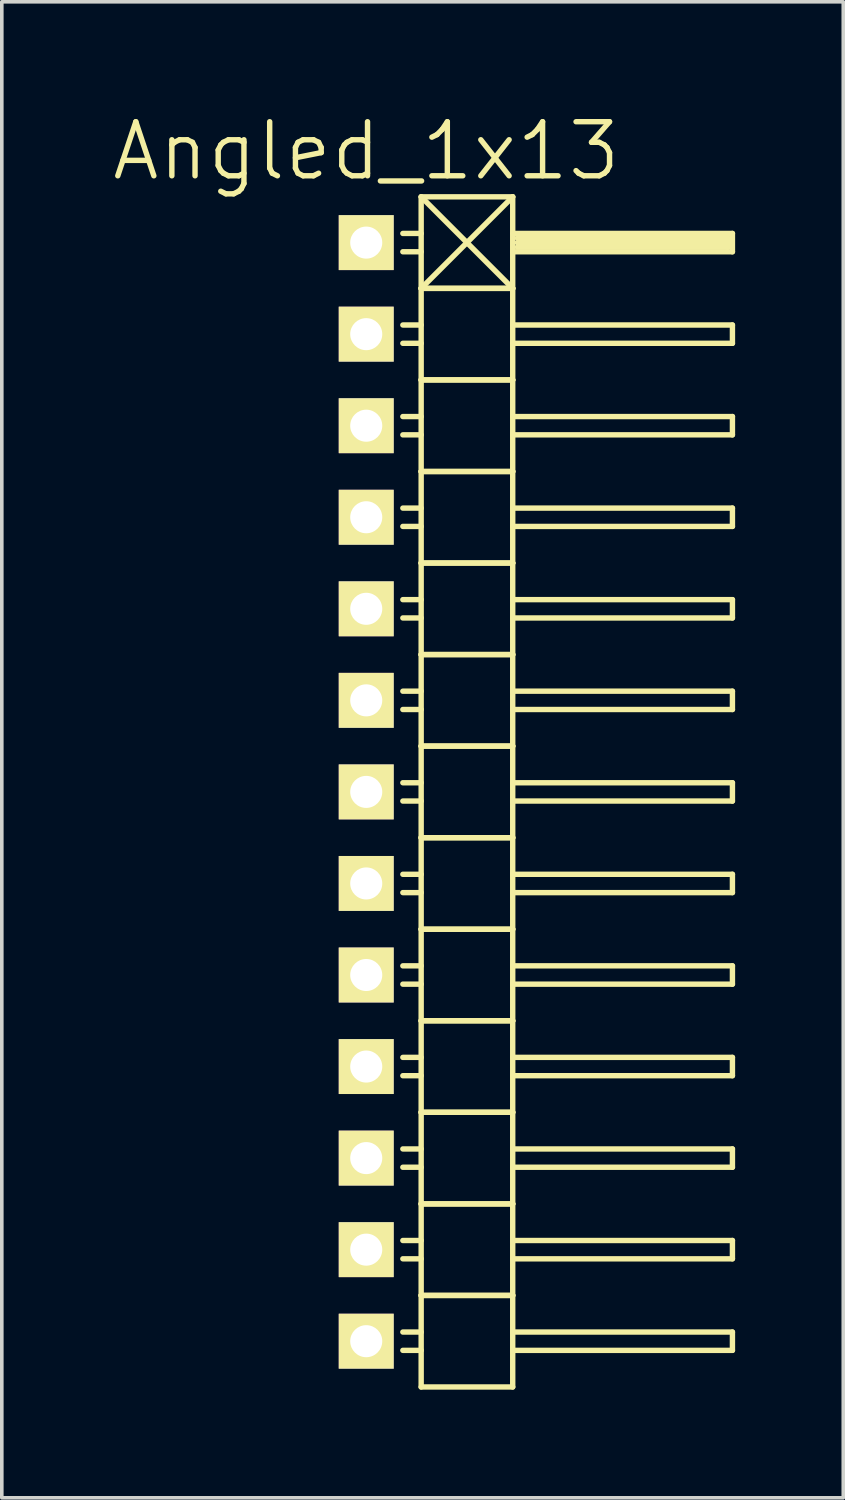
<source format=kicad_pcb>
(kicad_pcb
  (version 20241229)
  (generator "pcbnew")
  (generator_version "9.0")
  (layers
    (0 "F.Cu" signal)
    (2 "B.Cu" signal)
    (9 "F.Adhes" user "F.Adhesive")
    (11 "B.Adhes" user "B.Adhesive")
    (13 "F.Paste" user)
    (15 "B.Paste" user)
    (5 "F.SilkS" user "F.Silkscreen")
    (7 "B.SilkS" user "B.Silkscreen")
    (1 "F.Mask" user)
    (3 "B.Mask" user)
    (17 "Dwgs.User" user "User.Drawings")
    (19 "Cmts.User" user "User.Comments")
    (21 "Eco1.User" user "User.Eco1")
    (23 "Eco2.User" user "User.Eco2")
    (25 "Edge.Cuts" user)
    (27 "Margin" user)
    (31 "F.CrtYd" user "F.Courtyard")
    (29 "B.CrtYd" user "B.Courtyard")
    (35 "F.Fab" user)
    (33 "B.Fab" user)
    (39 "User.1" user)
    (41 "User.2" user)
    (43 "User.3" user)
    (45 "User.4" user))
  (footprint "Angled_1x13"
    (layer "F.Cu")
    (at 7.111 18.921)
    (property "Reference" "Angled_1x13" (at 0 -17.78 0) (layer "F.SilkS") (effects (font (size 1.5 1.5) (thickness 0.15))))
    (attr through_hole)
    (fp_line (start 1.524 -16.51) (end 1.524 -13.97) (stroke (width 0.15) (type solid)) (layer "F.SilkS"))
    (fp_line (start 1.524 -16.51) (end 4.064 -16.51) (stroke (width 0.15) (type solid)) (layer "F.SilkS"))
    (fp_line (start 1.524 -15.494) (end 1.016 -15.494) (stroke (width 0.15) (type solid)) (layer "F.SilkS"))
    (fp_line (start 1.524 -14.986) (end 1.016 -14.986) (stroke (width 0.15) (type solid)) (layer "F.SilkS"))
    (fp_line (start 1.524 -13.97) (end 1.524 -11.43) (stroke (width 0.15) (type solid)) (layer "F.SilkS"))
    (fp_line (start 1.524 -13.97) (end 4.064 -13.97) (stroke (width 0.15) (type solid)) (layer "F.SilkS"))
    (fp_line (start 1.524 -13.97) (end 4.064 -13.97) (stroke (width 0.15) (type solid)) (layer "F.SilkS"))
    (fp_line (start 1.524 -12.954) (end 1.016 -12.954) (stroke (width 0.15) (type solid)) (layer "F.SilkS"))
    (fp_line (start 1.524 -12.446) (end 1.016 -12.446) (stroke (width 0.15) (type solid)) (layer "F.SilkS"))
    (fp_line (start 1.524 -11.43) (end 1.524 -8.89) (stroke (width 0.15) (type solid)) (layer "F.SilkS"))
    (fp_line (start 1.524 -11.43) (end 4.064 -11.43) (stroke (width 0.15) (type solid)) (layer "F.SilkS"))
    (fp_line (start 1.524 -11.43) (end 4.064 -11.43) (stroke (width 0.15) (type solid)) (layer "F.SilkS"))
    (fp_line (start 1.524 -10.414) (end 1.016 -10.414) (stroke (width 0.15) (type solid)) (layer "F.SilkS"))
    (fp_line (start 1.524 -9.906) (end 1.016 -9.906) (stroke (width 0.15) (type solid)) (layer "F.SilkS"))
    (fp_line (start 1.524 -8.89) (end 1.524 -6.35) (stroke (width 0.15) (type solid)) (layer "F.SilkS"))
    (fp_line (start 1.524 -8.89) (end 4.064 -8.89) (stroke (width 0.15) (type solid)) (layer "F.SilkS"))
    (fp_line (start 1.524 -8.89) (end 4.064 -8.89) (stroke (width 0.15) (type solid)) (layer "F.SilkS"))
    (fp_line (start 1.524 -7.874) (end 1.016 -7.874) (stroke (width 0.15) (type solid)) (layer "F.SilkS"))
    (fp_line (start 1.524 -7.366) (end 1.016 -7.366) (stroke (width 0.15) (type solid)) (layer "F.SilkS"))
    (fp_line (start 1.524 -6.35) (end 1.524 -3.81) (stroke (width 0.15) (type solid)) (layer "F.SilkS"))
    (fp_line (start 1.524 -6.35) (end 4.064 -6.35) (stroke (width 0.15) (type solid)) (layer "F.SilkS"))
    (fp_line (start 1.524 -6.35) (end 4.064 -6.35) (stroke (width 0.15) (type solid)) (layer "F.SilkS"))
    (fp_line (start 1.524 -5.334) (end 1.016 -5.334) (stroke (width 0.15) (type solid)) (layer "F.SilkS"))
    (fp_line (start 1.524 -4.826) (end 1.016 -4.826) (stroke (width 0.15) (type solid)) (layer "F.SilkS"))
    (fp_line (start 1.524 -3.81) (end 1.524 -1.27) (stroke (width 0.15) (type solid)) (layer "F.SilkS"))
    (fp_line (start 1.524 -3.81) (end 4.064 -3.81) (stroke (width 0.15) (type solid)) (layer "F.SilkS"))
    (fp_line (start 1.524 -3.81) (end 4.064 -3.81) (stroke (width 0.15) (type solid)) (layer "F.SilkS"))
    (fp_line (start 1.524 -2.794) (end 1.016 -2.794) (stroke (width 0.15) (type solid)) (layer "F.SilkS"))
    (fp_line (start 1.524 -2.286) (end 1.016 -2.286) (stroke (width 0.15) (type solid)) (layer "F.SilkS"))
    (fp_line (start 1.524 -1.27) (end 1.524 1.27) (stroke (width 0.15) (type solid)) (layer "F.SilkS"))
    (fp_line (start 1.524 -1.27) (end 4.064 -1.27) (stroke (width 0.15) (type solid)) (layer "F.SilkS"))
    (fp_line (start 1.524 -1.27) (end 4.064 -1.27) (stroke (width 0.15) (type solid)) (layer "F.SilkS"))
    (fp_line (start 1.524 -0.254) (end 1.016 -0.254) (stroke (width 0.15) (type solid)) (layer "F.SilkS"))
    (fp_line (start 1.524 0.254) (end 1.016 0.254) (stroke (width 0.15) (type solid)) (layer "F.SilkS"))
    (fp_line (start 1.524 1.27) (end 1.524 3.81) (stroke (width 0.15) (type solid)) (layer "F.SilkS"))
    (fp_line (start 1.524 1.27) (end 4.064 1.27) (stroke (width 0.15) (type solid)) (layer "F.SilkS"))
    (fp_line (start 1.524 1.27) (end 4.064 1.27) (stroke (width 0.15) (type solid)) (layer "F.SilkS"))
    (fp_line (start 1.524 2.286) (end 1.016 2.286) (stroke (width 0.15) (type solid)) (layer "F.SilkS"))
    (fp_line (start 1.524 2.794) (end 1.016 2.794) (stroke (width 0.15) (type solid)) (layer "F.SilkS"))
    (fp_line (start 1.524 3.81) (end 1.524 6.35) (stroke (width 0.15) (type solid)) (layer "F.SilkS"))
    (fp_line (start 1.524 3.81) (end 4.064 3.81) (stroke (width 0.15) (type solid)) (layer "F.SilkS"))
    (fp_line (start 1.524 3.81) (end 4.064 3.81) (stroke (width 0.15) (type solid)) (layer "F.SilkS"))
    (fp_line (start 1.524 4.826) (end 1.016 4.826) (stroke (width 0.15) (type solid)) (layer "F.SilkS"))
    (fp_line (start 1.524 5.334) (end 1.016 5.334) (stroke (width 0.15) (type solid)) (layer "F.SilkS"))
    (fp_line (start 1.524 6.35) (end 1.524 8.89) (stroke (width 0.15) (type solid)) (layer "F.SilkS"))
    (fp_line (start 1.524 6.35) (end 4.064 6.35) (stroke (width 0.15) (type solid)) (layer "F.SilkS"))
    (fp_line (start 1.524 6.35) (end 4.064 6.35) (stroke (width 0.15) (type solid)) (layer "F.SilkS"))
    (fp_line (start 1.524 7.366) (end 1.016 7.366) (stroke (width 0.15) (type solid)) (layer "F.SilkS"))
    (fp_line (start 1.524 7.874) (end 1.016 7.874) (stroke (width 0.15) (type solid)) (layer "F.SilkS"))
    (fp_line (start 1.524 8.89) (end 1.524 11.43) (stroke (width 0.15) (type solid)) (layer "F.SilkS"))
    (fp_line (start 1.524 8.89) (end 4.064 8.89) (stroke (width 0.15) (type solid)) (layer "F.SilkS"))
    (fp_line (start 1.524 8.89) (end 4.064 8.89) (stroke (width 0.15) (type solid)) (layer "F.SilkS"))
    (fp_line (start 1.524 9.906) (end 1.016 9.906) (stroke (width 0.15) (type solid)) (layer "F.SilkS"))
    (fp_line (start 1.524 10.414) (end 1.016 10.414) (stroke (width 0.15) (type solid)) (layer "F.SilkS"))
    (fp_line (start 1.524 11.43) (end 1.524 13.97) (stroke (width 0.15) (type solid)) (layer "F.SilkS"))
    (fp_line (start 1.524 11.43) (end 4.064 11.43) (stroke (width 0.15) (type solid)) (layer "F.SilkS"))
    (fp_line (start 1.524 11.43) (end 4.064 11.43) (stroke (width 0.15) (type solid)) (layer "F.SilkS"))
    (fp_line (start 1.524 12.446) (end 1.016 12.446) (stroke (width 0.15) (type solid)) (layer "F.SilkS"))
    (fp_line (start 1.524 12.954) (end 1.016 12.954) (stroke (width 0.15) (type solid)) (layer "F.SilkS"))
    (fp_line (start 1.524 13.97) (end 1.524 16.51) (stroke (width 0.15) (type solid)) (layer "F.SilkS"))
    (fp_line (start 1.524 13.97) (end 4.064 13.97) (stroke (width 0.15) (type solid)) (layer "F.SilkS"))
    (fp_line (start 1.524 13.97) (end 4.064 13.97) (stroke (width 0.15) (type solid)) (layer "F.SilkS"))
    (fp_line (start 1.524 14.986) (end 1.016 14.986) (stroke (width 0.15) (type solid)) (layer "F.SilkS"))
    (fp_line (start 1.524 15.494) (end 1.016 15.494) (stroke (width 0.15) (type solid)) (layer "F.SilkS"))
    (fp_line (start 1.524 16.51) (end 4.064 16.51) (stroke (width 0.15) (type solid)) (layer "F.SilkS"))
    (fp_line (start 4.064 -16.51) (end 1.524 -13.97) (stroke (width 0.15) (type solid)) (layer "F.SilkS"))
    (fp_line (start 4.064 -15.494) (end 10.16 -15.494) (stroke (width 0.15) (type solid)) (layer "F.SilkS"))
    (fp_line (start 4.064 -13.97) (end 1.524 -16.51) (stroke (width 0.15) (type solid)) (layer "F.SilkS"))
    (fp_line (start 4.064 -13.97) (end 4.064 -16.51) (stroke (width 0.15) (type solid)) (layer "F.SilkS"))
    (fp_line (start 4.064 -12.954) (end 10.16 -12.954) (stroke (width 0.15) (type solid)) (layer "F.SilkS"))
    (fp_line (start 4.064 -11.43) (end 4.064 -13.97) (stroke (width 0.15) (type solid)) (layer "F.SilkS"))
    (fp_line (start 4.064 -10.414) (end 10.16 -10.414) (stroke (width 0.15) (type solid)) (layer "F.SilkS"))
    (fp_line (start 4.064 -8.89) (end 4.064 -11.43) (stroke (width 0.15) (type solid)) (layer "F.SilkS"))
    (fp_line (start 4.064 -7.874) (end 10.16 -7.874) (stroke (width 0.15) (type solid)) (layer "F.SilkS"))
    (fp_line (start 4.064 -6.35) (end 4.064 -8.89) (stroke (width 0.15) (type solid)) (layer "F.SilkS"))
    (fp_line (start 4.064 -5.334) (end 10.16 -5.334) (stroke (width 0.15) (type solid)) (layer "F.SilkS"))
    (fp_line (start 4.064 -3.81) (end 4.064 -6.35) (stroke (width 0.15) (type solid)) (layer "F.SilkS"))
    (fp_line (start 4.064 -2.794) (end 10.16 -2.794) (stroke (width 0.15) (type solid)) (layer "F.SilkS"))
    (fp_line (start 4.064 -1.27) (end 4.064 -3.81) (stroke (width 0.15) (type solid)) (layer "F.SilkS"))
    (fp_line (start 4.064 -0.254) (end 10.16 -0.254) (stroke (width 0.15) (type solid)) (layer "F.SilkS"))
    (fp_line (start 4.064 1.27) (end 4.064 -1.27) (stroke (width 0.15) (type solid)) (layer "F.SilkS"))
    (fp_line (start 4.064 2.286) (end 10.16 2.286) (stroke (width 0.15) (type solid)) (layer "F.SilkS"))
    (fp_line (start 4.064 3.81) (end 4.064 1.27) (stroke (width 0.15) (type solid)) (layer "F.SilkS"))
    (fp_line (start 4.064 4.826) (end 10.16 4.826) (stroke (width 0.15) (type solid)) (layer "F.SilkS"))
    (fp_line (start 4.064 6.35) (end 4.064 3.81) (stroke (width 0.15) (type solid)) (layer "F.SilkS"))
    (fp_line (start 4.064 7.366) (end 10.16 7.366) (stroke (width 0.15) (type solid)) (layer "F.SilkS"))
    (fp_line (start 4.064 8.89) (end 4.064 6.35) (stroke (width 0.15) (type solid)) (layer "F.SilkS"))
    (fp_line (start 4.064 9.906) (end 10.16 9.906) (stroke (width 0.15) (type solid)) (layer "F.SilkS"))
    (fp_line (start 4.064 11.43) (end 4.064 8.89) (stroke (width 0.15) (type solid)) (layer "F.SilkS"))
    (fp_line (start 4.064 12.446) (end 10.16 12.446) (stroke (width 0.15) (type solid)) (layer "F.SilkS"))
    (fp_line (start 4.064 13.97) (end 4.064 11.43) (stroke (width 0.15) (type solid)) (layer "F.SilkS"))
    (fp_line (start 4.064 14.986) (end 10.16 14.986) (stroke (width 0.15) (type solid)) (layer "F.SilkS"))
    (fp_line (start 4.064 16.51) (end 4.064 13.97) (stroke (width 0.15) (type solid)) (layer "F.SilkS"))
    (fp_line (start 4.191 -15.367) (end 10.033 -15.367) (stroke (width 0.15) (type solid)) (layer "F.SilkS"))
    (fp_line (start 4.191 -15.24) (end 10.033 -15.24) (stroke (width 0.15) (type solid)) (layer "F.SilkS"))
    (fp_line (start 10.033 -15.367) (end 10.033 -15.113) (stroke (width 0.15) (type solid)) (layer "F.SilkS"))
    (fp_line (start 10.033 -15.113) (end 4.191 -15.113) (stroke (width 0.15) (type solid)) (layer "F.SilkS"))
    (fp_line (start 10.16 -15.494) (end 10.16 -14.986) (stroke (width 0.15) (type solid)) (layer "F.SilkS"))
    (fp_line (start 10.16 -14.986) (end 4.064 -14.986) (stroke (width 0.15) (type solid)) (layer "F.SilkS"))
    (fp_line (start 10.16 -12.954) (end 10.16 -12.446) (stroke (width 0.15) (type solid)) (layer "F.SilkS"))
    (fp_line (start 10.16 -12.446) (end 4.064 -12.446) (stroke (width 0.15) (type solid)) (layer "F.SilkS"))
    (fp_line (start 10.16 -10.414) (end 10.16 -9.906) (stroke (width 0.15) (type solid)) (layer "F.SilkS"))
    (fp_line (start 10.16 -9.906) (end 4.064 -9.906) (stroke (width 0.15) (type solid)) (layer "F.SilkS"))
    (fp_line (start 10.16 -7.874) (end 10.16 -7.366) (stroke (width 0.15) (type solid)) (layer "F.SilkS"))
    (fp_line (start 10.16 -7.366) (end 4.064 -7.366) (stroke (width 0.15) (type solid)) (layer "F.SilkS"))
    (fp_line (start 10.16 -5.334) (end 10.16 -4.826) (stroke (width 0.15) (type solid)) (layer "F.SilkS"))
    (fp_line (start 10.16 -4.826) (end 4.064 -4.826) (stroke (width 0.15) (type solid)) (layer "F.SilkS"))
    (fp_line (start 10.16 -2.794) (end 10.16 -2.286) (stroke (width 0.15) (type solid)) (layer "F.SilkS"))
    (fp_line (start 10.16 -2.286) (end 4.064 -2.286) (stroke (width 0.15) (type solid)) (layer "F.SilkS"))
    (fp_line (start 10.16 -0.254) (end 10.16 0.254) (stroke (width 0.15) (type solid)) (layer "F.SilkS"))
    (fp_line (start 10.16 0.254) (end 4.064 0.254) (stroke (width 0.15) (type solid)) (layer "F.SilkS"))
    (fp_line (start 10.16 2.286) (end 10.16 2.794) (stroke (width 0.15) (type solid)) (layer "F.SilkS"))
    (fp_line (start 10.16 2.794) (end 4.064 2.794) (stroke (width 0.15) (type solid)) (layer "F.SilkS"))
    (fp_line (start 10.16 4.826) (end 10.16 5.334) (stroke (width 0.15) (type solid)) (layer "F.SilkS"))
    (fp_line (start 10.16 5.334) (end 4.064 5.334) (stroke (width 0.15) (type solid)) (layer "F.SilkS"))
    (fp_line (start 10.16 7.366) (end 10.16 7.874) (stroke (width 0.15) (type solid)) (layer "F.SilkS"))
    (fp_line (start 10.16 7.874) (end 4.064 7.874) (stroke (width 0.15) (type solid)) (layer "F.SilkS"))
    (fp_line (start 10.16 9.906) (end 10.16 10.414) (stroke (width 0.15) (type solid)) (layer "F.SilkS"))
    (fp_line (start 10.16 10.414) (end 4.064 10.414) (stroke (width 0.15) (type solid)) (layer "F.SilkS"))
    (fp_line (start 10.16 12.446) (end 10.16 12.954) (stroke (width 0.15) (type solid)) (layer "F.SilkS"))
    (fp_line (start 10.16 12.954) (end 4.064 12.954) (stroke (width 0.15) (type solid)) (layer "F.SilkS"))
    (fp_line (start 10.16 14.986) (end 10.16 15.494) (stroke (width 0.15) (type solid)) (layer "F.SilkS"))
    (fp_line (start 10.16 15.494) (end 4.064 15.494) (stroke (width 0.15) (type solid)) (layer "F.SilkS"))
    (pad "1" thru_hole rect (at 0 -15.24) (size 1.524 1.524) (drill 0.889) (layers "*.Cu" "*.Mask" "F.SilkS"))
    (pad "2" thru_hole rect (at 0 -12.7) (size 1.524 1.524) (drill 0.889) (layers "*.Cu" "*.Mask" "F.SilkS"))
    (pad "3" thru_hole rect (at 0 -10.16) (size 1.524 1.524) (drill 0.889) (layers "*.Cu" "*.Mask" "F.SilkS"))
    (pad "4" thru_hole rect (at 0 -7.62) (size 1.524 1.524) (drill 0.889) (layers "*.Cu" "*.Mask" "F.SilkS"))
    (pad "5" thru_hole rect (at 0 -5.08) (size 1.524 1.524) (drill 0.889) (layers "*.Cu" "*.Mask" "F.SilkS"))
    (pad "6" thru_hole rect (at 0 -2.54) (size 1.524 1.524) (drill 0.889) (layers "*.Cu" "*.Mask" "F.SilkS"))
    (pad "7" thru_hole rect (at 0 0) (size 1.524 1.524) (drill 0.889) (layers "*.Cu" "*.Mask" "F.SilkS"))
    (pad "8" thru_hole rect (at 0 2.54) (size 1.524 1.524) (drill 0.889) (layers "*.Cu" "*.Mask" "F.SilkS"))
    (pad "9" thru_hole rect (at 0 5.08) (size 1.524 1.524) (drill 0.889) (layers "*.Cu" "*.Mask" "F.SilkS"))
    (pad "10" thru_hole rect (at 0 7.62) (size 1.524 1.524) (drill 0.889) (layers "*.Cu" "*.Mask" "F.SilkS"))
    (pad "11" thru_hole rect (at 0 10.16) (size 1.524 1.524) (drill 0.889) (layers "*.Cu" "*.Mask" "F.SilkS"))
    (pad "12" thru_hole rect (at 0 12.7) (size 1.524 1.524) (drill 0.889) (layers "*.Cu" "*.Mask" "F.SilkS"))
    (pad "13" thru_hole rect (at 0 15.24) (size 1.524 1.524) (drill 0.889) (layers "*.Cu" "*.Mask" "F.SilkS")))
  (gr_rect
    (start -3 -3)
    (end 20.346 38.506)
    (stroke (width 0.1) (type default))
    (fill no)
    (layer "Edge.Cuts")))
</source>
